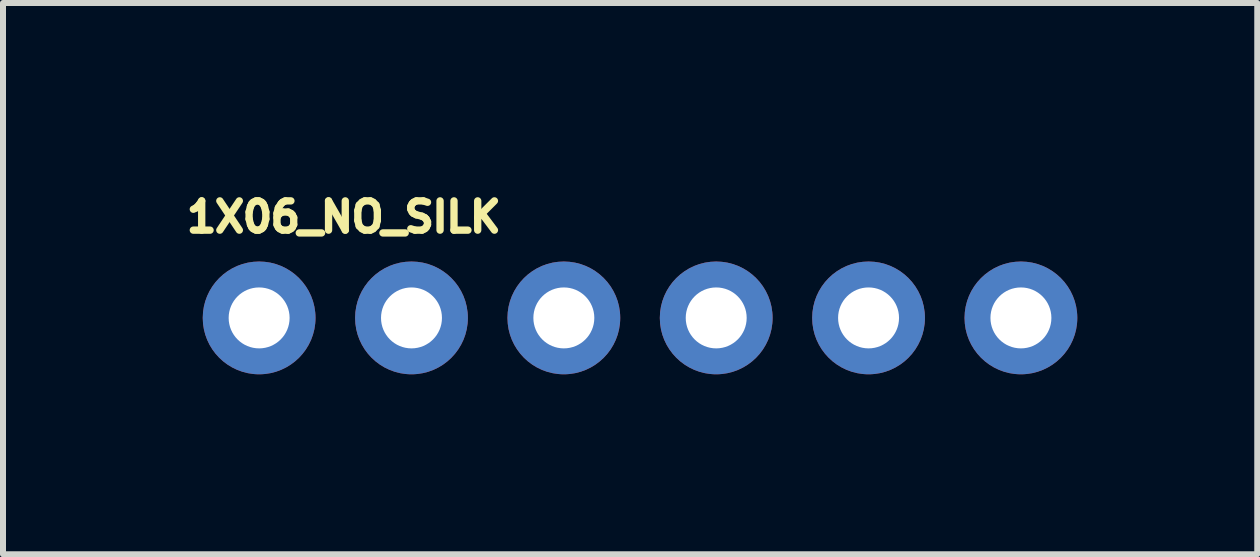
<source format=kicad_pcb>
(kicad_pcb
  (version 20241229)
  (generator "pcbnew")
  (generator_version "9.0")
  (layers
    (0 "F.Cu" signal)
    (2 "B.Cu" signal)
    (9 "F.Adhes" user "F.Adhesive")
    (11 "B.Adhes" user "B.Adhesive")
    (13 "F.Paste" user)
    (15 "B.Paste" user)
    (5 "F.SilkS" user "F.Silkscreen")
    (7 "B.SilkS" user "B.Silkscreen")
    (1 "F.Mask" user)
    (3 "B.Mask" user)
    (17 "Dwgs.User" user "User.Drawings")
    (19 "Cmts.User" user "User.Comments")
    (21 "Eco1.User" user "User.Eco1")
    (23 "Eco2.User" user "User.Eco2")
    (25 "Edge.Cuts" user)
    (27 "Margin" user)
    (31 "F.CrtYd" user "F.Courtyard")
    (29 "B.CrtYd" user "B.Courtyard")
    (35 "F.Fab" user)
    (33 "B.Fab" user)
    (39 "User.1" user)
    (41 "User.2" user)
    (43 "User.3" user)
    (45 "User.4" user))
  (footprint "1X06_NO_SILK"
    (layer "F.Cu")
    (at 1.27 2.25)
    (property "Reference" "1X06_NO_SILK" (at -1.27 -1.397 0) (layer "F.SilkS") (effects (font (size 0.488 0.488) (thickness 0.122)) (justify left bottom)))
    (fp_poly (pts (xy -0.254 0.254) (xy 0.254 0.254) (xy 0.254 -0.254) (xy -0.254 -0.254)) (stroke (width 0.1) (type solid)) (fill no) (layer "F.Fab"))
    (fp_poly (pts (xy 2.286 0.254) (xy 2.794 0.254) (xy 2.794 -0.254) (xy 2.286 -0.254)) (stroke (width 0.1) (type solid)) (fill no) (layer "F.Fab"))
    (fp_poly (pts (xy 4.826 0.254) (xy 5.334 0.254) (xy 5.334 -0.254) (xy 4.826 -0.254)) (stroke (width 0.1) (type solid)) (fill no) (layer "F.Fab"))
    (fp_poly (pts (xy 7.366 0.254) (xy 7.874 0.254) (xy 7.874 -0.254) (xy 7.366 -0.254)) (stroke (width 0.1) (type solid)) (fill no) (layer "F.Fab"))
    (fp_poly (pts (xy 9.906 0.254) (xy 10.414 0.254) (xy 10.414 -0.254) (xy 9.906 -0.254)) (stroke (width 0.1) (type solid)) (fill no) (layer "F.Fab"))
    (fp_poly (pts (xy 12.446 0.254) (xy 12.954 0.254) (xy 12.954 -0.254) (xy 12.446 -0.254)) (stroke (width 0.1) (type solid)) (fill no) (layer "F.Fab"))
    (pad "1" thru_hole circle (at 0 0 90) (size 1.88 1.88) (drill 1.016) (layers "*.Cu" "*.Mask"))
    (pad "2" thru_hole circle (at 2.54 0 90) (size 1.88 1.88) (drill 1.016) (layers "*.Cu" "*.Mask"))
    (pad "3" thru_hole circle (at 5.08 0 90) (size 1.88 1.88) (drill 1.016) (layers "*.Cu" "*.Mask"))
    (pad "4" thru_hole circle (at 7.62 0 90) (size 1.88 1.88) (drill 1.016) (layers "*.Cu" "*.Mask"))
    (pad "5" thru_hole circle (at 10.16 0 90) (size 1.88 1.88) (drill 1.016) (layers "*.Cu" "*.Mask"))
    (pad "6" thru_hole circle (at 12.7 0 90) (size 1.88 1.88) (drill 1.016) (layers "*.Cu" "*.Mask")))
  (gr_rect
    (start -3 -3)
    (end 17.91 6.19)
    (stroke (width 0.1) (type default))
    (fill no)
    (layer "Edge.Cuts")))
</source>
